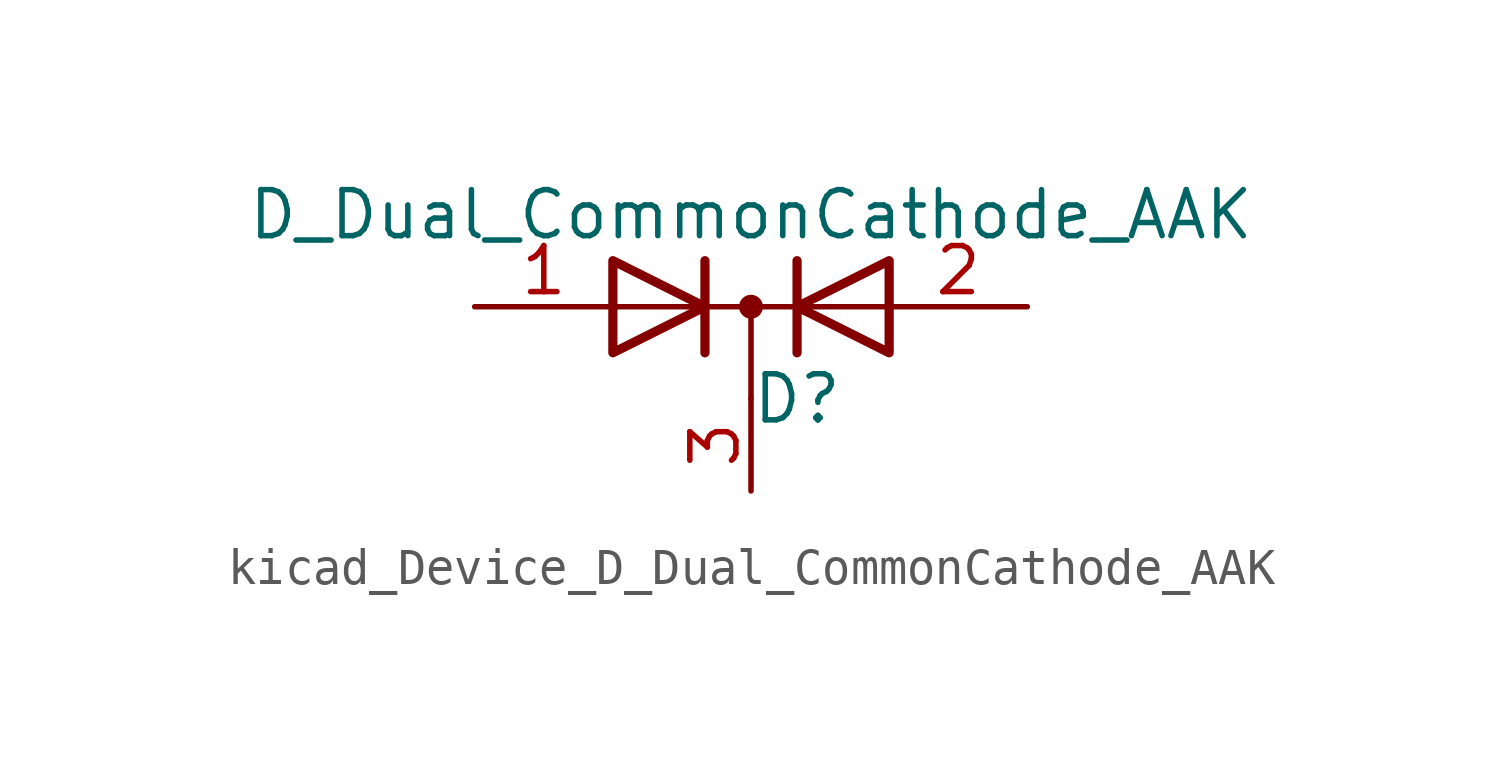
<source format=kicad_sym>
(kicad_symbol_lib
  (version 20220914)
  (generator kicad_symbol_editor)
  (symbol "kicad_Device_D_Dual_CommonCathode_AAK"
    (pin_names
      (offset 0.762) hide)
    (property "Reference" "D"
      (at 1.27 -2.54 0)
      (effects (font (size 1.27 1.27))))
    (property "Value" "D_Dual_CommonCathode_AAK"
      (at 0 2.54 0)
      (effects (font (size 1.27 1.27))))
    (symbol "kicad_Device_D_Dual_CommonCathode_AAK_0_1"
      (polyline (pts (xy -3.81 0) (xy 3.81 0)) (stroke (width 0) (type default)) (fill (type none)))
      (polyline (pts (xy 0 0) (xy 0 -2.54)) (stroke (width 0) (type default)) (fill (type none)))
      (polyline (pts (xy -1.27 -1.27) (xy -1.27 1.27) (xy -1.27 1.27)) (stroke (width 0.254) (type default)) (fill (type none)))
      (polyline (pts (xy 1.27 -1.27) (xy 1.27 1.27) (xy 1.27 1.27)) (stroke (width 0.254) (type default)) (fill (type none)))
      (polyline (pts (xy -3.81 1.27) (xy -1.27 0) (xy -3.81 -1.27) (xy -3.81 1.27) (xy -3.81 1.27) (xy -3.81 1.27)) (stroke (width 0.254) (type default)) (fill (type none)))
      (polyline (pts (xy 3.81 -1.27) (xy 1.27 0) (xy 3.81 1.27) (xy 3.81 -1.27) (xy 3.81 -1.27) (xy 3.81 -1.27)) (stroke (width 0.254) (type default)) (fill (type none)))
      (circle (center 0 0) (radius 0.254) (stroke (width 0) (type default)) (fill (type outline)))
      (pin passive line (at -7.62 0 0) (length 3.81) (name "A" (effects (font (size 1.27 1.27)))) (number "1" (effects (font (size 1.27 1.27)))))
      (pin passive line (at 7.62 0 180) (length 3.81) (name "A" (effects (font (size 1.27 1.27)))) (number "2" (effects (font (size 1.27 1.27)))))
      (pin passive line (at 0 -5.08 90) (length 2.54) (name "K" (effects (font (size 1.27 1.27)))) (number "3" (effects (font (size 1.27 1.27))))))))
</source>
